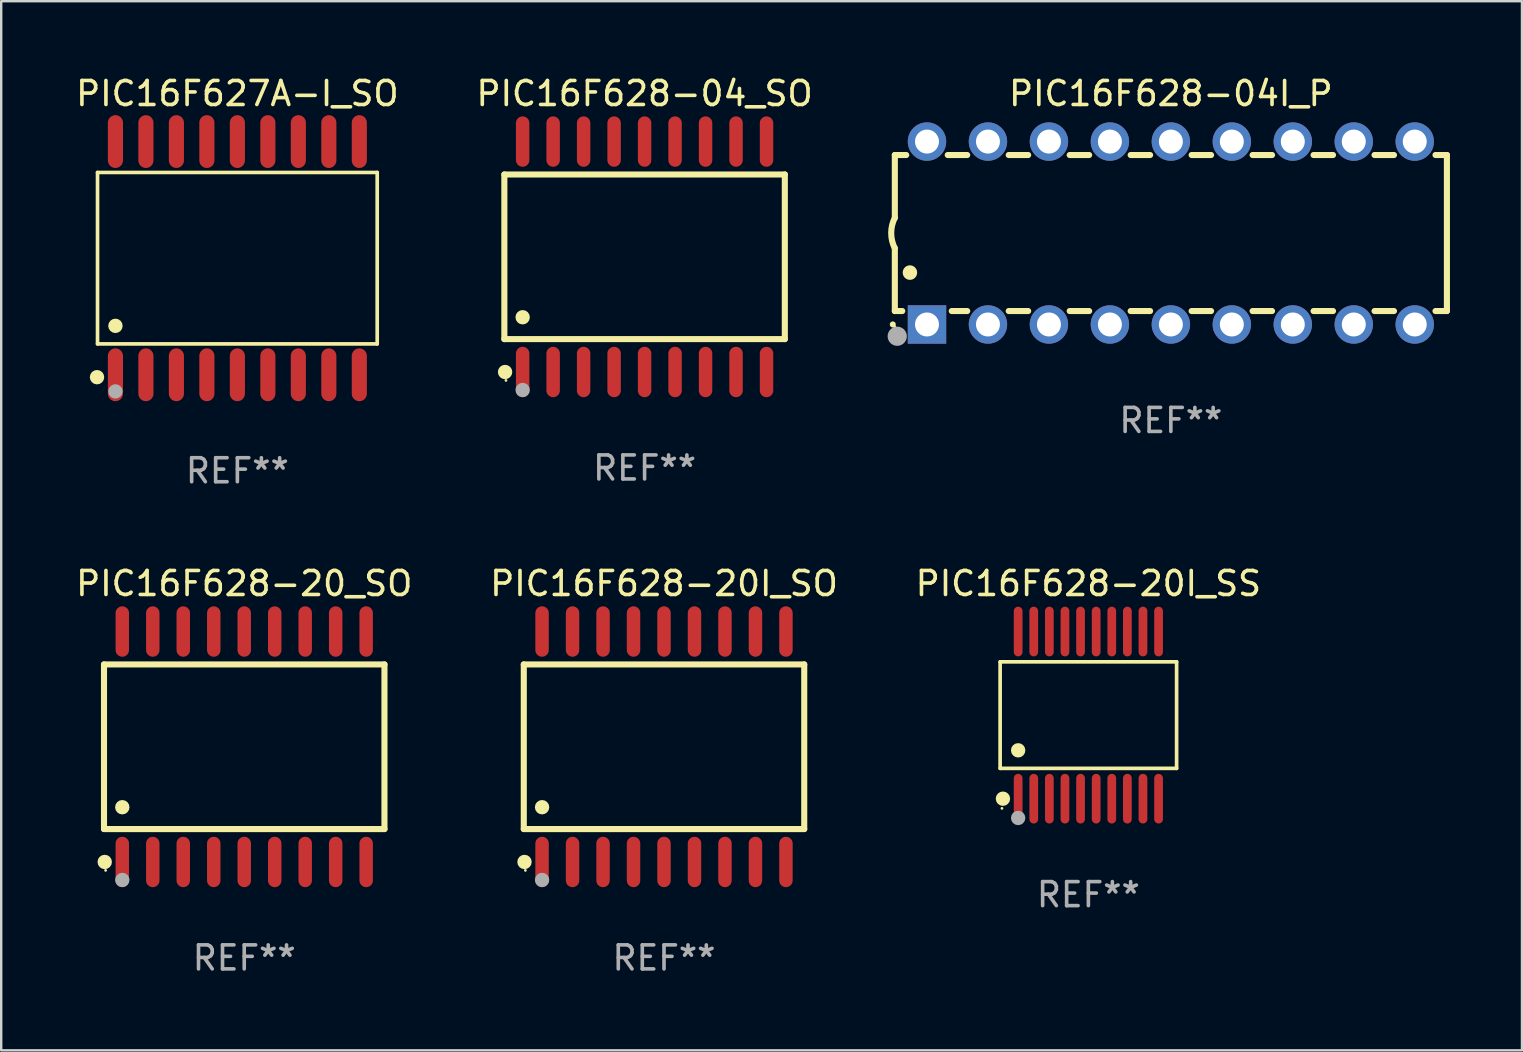
<source format=kicad_pcb>
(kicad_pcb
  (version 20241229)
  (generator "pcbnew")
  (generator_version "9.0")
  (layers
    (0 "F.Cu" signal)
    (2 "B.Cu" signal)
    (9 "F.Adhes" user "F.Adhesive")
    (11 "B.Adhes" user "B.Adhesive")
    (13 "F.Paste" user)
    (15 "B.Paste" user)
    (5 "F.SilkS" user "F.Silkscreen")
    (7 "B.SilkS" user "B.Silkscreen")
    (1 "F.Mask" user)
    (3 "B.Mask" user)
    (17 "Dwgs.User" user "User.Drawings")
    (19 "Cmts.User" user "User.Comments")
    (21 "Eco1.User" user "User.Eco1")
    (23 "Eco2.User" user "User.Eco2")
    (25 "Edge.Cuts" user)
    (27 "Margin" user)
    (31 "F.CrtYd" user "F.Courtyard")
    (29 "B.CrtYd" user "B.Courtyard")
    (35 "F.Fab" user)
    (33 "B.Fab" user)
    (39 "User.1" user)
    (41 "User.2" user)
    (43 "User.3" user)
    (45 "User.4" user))
  (footprint "PIC16F628-04_SO"
    (layer "F.Cu")
    (at 23.804 7.648)
    (property "Reference" "PIC16F628-04_SO" (at 0 -6.8 0) (layer "F.SilkS") (effects (font (size 1 1) (thickness 0.15))))
    (attr through_hole)
    (fp_line (start -5.842 -3.429) (end -5.842 3.429) (stroke (width 0.254) (type solid)) (layer "F.SilkS"))
    (fp_line (start -5.842 3.429) (end 5.842 3.429) (stroke (width 0.254) (type solid)) (layer "F.SilkS"))
    (fp_line (start 5.842 -3.429) (end -5.842 -3.429) (stroke (width 0.254) (type solid)) (layer "F.SilkS"))
    (fp_line (start 5.842 3.429) (end 5.842 -3.429) (stroke (width 0.254) (type solid)) (layer "F.SilkS"))
    (fp_circle (center -5.812 4.8) (end -5.662 4.8) (stroke (width 0.3) (type solid)) (fill no) (layer "F.SilkS"))
    (fp_circle (center -5.775 5.15) (end -5.745 5.15) (stroke (width 0.06) (type solid)) (fill no) (layer "F.SilkS"))
    (fp_circle (center -5.08 2.519) (end -4.93 2.519) (stroke (width 0.3) (type solid)) (fill no) (layer "F.SilkS"))
    (fp_circle (center -5.08 5.55) (end -4.93 5.55) (stroke (width 0.3) (type solid)) (fill no) (layer "F.Fab"))
    (fp_text user "REF**" (at 0 8.8 0) (layer "F.Fab") (effects (font (size 1 1) (thickness 0.15))))
    (pad "1" smd oval (at -5.08 4.8) (size 0.56 2.1) (layers "F.Cu" "F.Mask" "F.Paste"))
    (pad "2" smd oval (at -3.81 4.8) (size 0.56 2.1) (layers "F.Cu" "F.Mask" "F.Paste"))
    (pad "3" smd oval (at -2.54 4.8) (size 0.56 2.1) (layers "F.Cu" "F.Mask" "F.Paste"))
    (pad "4" smd oval (at -1.27 4.8) (size 0.56 2.1) (layers "F.Cu" "F.Mask" "F.Paste"))
    (pad "5" smd oval (at 0 4.8) (size 0.56 2.1) (layers "F.Cu" "F.Mask" "F.Paste"))
    (pad "6" smd oval (at 1.27 4.8) (size 0.56 2.1) (layers "F.Cu" "F.Mask" "F.Paste"))
    (pad "7" smd oval (at 2.54 4.8) (size 0.56 2.1) (layers "F.Cu" "F.Mask" "F.Paste"))
    (pad "8" smd oval (at 3.81 4.8) (size 0.56 2.1) (layers "F.Cu" "F.Mask" "F.Paste"))
    (pad "9" smd oval (at 5.08 4.8) (size 0.56 2.1) (layers "F.Cu" "F.Mask" "F.Paste"))
    (pad "10" smd oval (at 5.08 -4.8) (size 0.56 2.1) (layers "F.Cu" "F.Mask" "F.Paste"))
    (pad "11" smd oval (at 3.81 -4.8) (size 0.56 2.1) (layers "F.Cu" "F.Mask" "F.Paste"))
    (pad "12" smd oval (at 2.54 -4.8) (size 0.56 2.1) (layers "F.Cu" "F.Mask" "F.Paste"))
    (pad "13" smd oval (at 1.27 -4.8) (size 0.56 2.1) (layers "F.Cu" "F.Mask" "F.Paste"))
    (pad "14" smd oval (at 0 -4.8) (size 0.56 2.1) (layers "F.Cu" "F.Mask" "F.Paste"))
    (pad "15" smd oval (at -1.27 -4.8) (size 0.56 2.1) (layers "F.Cu" "F.Mask" "F.Paste"))
    (pad "16" smd oval (at -2.54 -4.8) (size 0.56 2.1) (layers "F.Cu" "F.Mask" "F.Paste"))
    (pad "17" smd oval (at -3.81 -4.8) (size 0.56 2.1) (layers "F.Cu" "F.Mask" "F.Paste"))
    (pad "18" smd oval (at -5.08 -4.8) (size 0.56 2.1) (layers "F.Cu" "F.Mask" "F.Paste")))
  (footprint "PIC16F628-20I_SO"
    (layer "F.Cu")
    (at 24.613 28.06)
    (property "Reference" "PIC16F628-20I_SO" (at 0 -6.8 0) (layer "F.SilkS") (effects (font (size 1 1) (thickness 0.15))))
    (attr through_hole)
    (fp_line (start -5.842 -3.429) (end -5.842 3.429) (stroke (width 0.254) (type solid)) (layer "F.SilkS"))
    (fp_line (start -5.842 3.429) (end 5.842 3.429) (stroke (width 0.254) (type solid)) (layer "F.SilkS"))
    (fp_line (start 5.842 -3.429) (end -5.842 -3.429) (stroke (width 0.254) (type solid)) (layer "F.SilkS"))
    (fp_line (start 5.842 3.429) (end 5.842 -3.429) (stroke (width 0.254) (type solid)) (layer "F.SilkS"))
    (fp_circle (center -5.812 4.8) (end -5.662 4.8) (stroke (width 0.3) (type solid)) (fill no) (layer "F.SilkS"))
    (fp_circle (center -5.775 5.15) (end -5.745 5.15) (stroke (width 0.06) (type solid)) (fill no) (layer "F.SilkS"))
    (fp_circle (center -5.08 2.519) (end -4.93 2.519) (stroke (width 0.3) (type solid)) (fill no) (layer "F.SilkS"))
    (fp_circle (center -5.08 5.55) (end -4.93 5.55) (stroke (width 0.3) (type solid)) (fill no) (layer "F.Fab"))
    (fp_text user "REF**" (at 0 8.8 0) (layer "F.Fab") (effects (font (size 1 1) (thickness 0.15))))
    (pad "1" smd oval (at -5.08 4.8) (size 0.56 2.1) (layers "F.Cu" "F.Mask" "F.Paste"))
    (pad "2" smd oval (at -3.81 4.8) (size 0.56 2.1) (layers "F.Cu" "F.Mask" "F.Paste"))
    (pad "3" smd oval (at -2.54 4.8) (size 0.56 2.1) (layers "F.Cu" "F.Mask" "F.Paste"))
    (pad "4" smd oval (at -1.27 4.8) (size 0.56 2.1) (layers "F.Cu" "F.Mask" "F.Paste"))
    (pad "5" smd oval (at 0 4.8) (size 0.56 2.1) (layers "F.Cu" "F.Mask" "F.Paste"))
    (pad "6" smd oval (at 1.27 4.8) (size 0.56 2.1) (layers "F.Cu" "F.Mask" "F.Paste"))
    (pad "7" smd oval (at 2.54 4.8) (size 0.56 2.1) (layers "F.Cu" "F.Mask" "F.Paste"))
    (pad "8" smd oval (at 3.81 4.8) (size 0.56 2.1) (layers "F.Cu" "F.Mask" "F.Paste"))
    (pad "9" smd oval (at 5.08 4.8) (size 0.56 2.1) (layers "F.Cu" "F.Mask" "F.Paste"))
    (pad "10" smd oval (at 5.08 -4.8) (size 0.56 2.1) (layers "F.Cu" "F.Mask" "F.Paste"))
    (pad "11" smd oval (at 3.81 -4.8) (size 0.56 2.1) (layers "F.Cu" "F.Mask" "F.Paste"))
    (pad "12" smd oval (at 2.54 -4.8) (size 0.56 2.1) (layers "F.Cu" "F.Mask" "F.Paste"))
    (pad "13" smd oval (at 1.27 -4.8) (size 0.56 2.1) (layers "F.Cu" "F.Mask" "F.Paste"))
    (pad "14" smd oval (at 0 -4.8) (size 0.56 2.1) (layers "F.Cu" "F.Mask" "F.Paste"))
    (pad "15" smd oval (at -1.27 -4.8) (size 0.56 2.1) (layers "F.Cu" "F.Mask" "F.Paste"))
    (pad "16" smd oval (at -2.54 -4.8) (size 0.56 2.1) (layers "F.Cu" "F.Mask" "F.Paste"))
    (pad "17" smd oval (at -3.81 -4.8) (size 0.56 2.1) (layers "F.Cu" "F.Mask" "F.Paste"))
    (pad "18" smd oval (at -5.08 -4.8) (size 0.56 2.1) (layers "F.Cu" "F.Mask" "F.Paste")))
  (footprint "PIC16F627A-I_SO"
    (layer "F.Cu")
    (at 6.839 7.706)
    (property "Reference" "PIC16F627A-I_SO" (at 0 -6.858 0) (layer "F.SilkS") (effects (font (size 1 1) (thickness 0.15))))
    (attr through_hole)
    (fp_line (start -5.826 -3.571) (end 5.826 -3.571) (stroke (width 0.152) (type solid)) (layer "F.SilkS"))
    (fp_line (start -5.826 3.571) (end -5.826 -3.571) (stroke (width 0.152) (type solid)) (layer "F.SilkS"))
    (fp_line (start 5.826 -3.571) (end 5.826 3.571) (stroke (width 0.152) (type solid)) (layer "F.SilkS"))
    (fp_line (start 5.826 3.571) (end -5.826 3.571) (stroke (width 0.152) (type solid)) (layer "F.SilkS"))
    (fp_circle (center -5.847 4.958) (end -5.697 4.958) (stroke (width 0.3) (type solid)) (fill no) (layer "F.SilkS"))
    (fp_circle (center -5.75 5.15) (end -5.72 5.15) (stroke (width 0.06) (type solid)) (fill no) (layer "F.SilkS"))
    (fp_circle (center -5.08 2.819) (end -4.93 2.819) (stroke (width 0.3) (type solid)) (fill no) (layer "F.SilkS"))
    (fp_circle (center -5.08 5.55) (end -4.93 5.55) (stroke (width 0.3) (type solid)) (fill no) (layer "F.Fab"))
    (fp_text user "REF**" (at 0 8.858 0) (layer "F.Fab") (effects (font (size 1 1) (thickness 0.15))))
    (pad "1" smd oval (at -5.08 4.858) (size 0.63 2.2) (layers "F.Cu" "F.Mask" "F.Paste"))
    (pad "2" smd oval (at -3.81 4.858) (size 0.63 2.2) (layers "F.Cu" "F.Mask" "F.Paste"))
    (pad "3" smd oval (at -2.54 4.858) (size 0.63 2.2) (layers "F.Cu" "F.Mask" "F.Paste"))
    (pad "4" smd oval (at -1.27 4.858) (size 0.63 2.2) (layers "F.Cu" "F.Mask" "F.Paste"))
    (pad "5" smd oval (at 0 4.858) (size 0.63 2.2) (layers "F.Cu" "F.Mask" "F.Paste"))
    (pad "6" smd oval (at 1.27 4.858) (size 0.63 2.2) (layers "F.Cu" "F.Mask" "F.Paste"))
    (pad "7" smd oval (at 2.54 4.858) (size 0.63 2.2) (layers "F.Cu" "F.Mask" "F.Paste"))
    (pad "8" smd oval (at 3.81 4.858) (size 0.63 2.2) (layers "F.Cu" "F.Mask" "F.Paste"))
    (pad "9" smd oval (at 5.08 4.858) (size 0.63 2.2) (layers "F.Cu" "F.Mask" "F.Paste"))
    (pad "10" smd oval (at 5.08 -4.858) (size 0.63 2.2) (layers "F.Cu" "F.Mask" "F.Paste"))
    (pad "11" smd oval (at 3.81 -4.858) (size 0.63 2.2) (layers "F.Cu" "F.Mask" "F.Paste"))
    (pad "12" smd oval (at 2.54 -4.858) (size 0.63 2.2) (layers "F.Cu" "F.Mask" "F.Paste"))
    (pad "13" smd oval (at 1.27 -4.858) (size 0.63 2.2) (layers "F.Cu" "F.Mask" "F.Paste"))
    (pad "14" smd oval (at 0 -4.858) (size 0.63 2.2) (layers "F.Cu" "F.Mask" "F.Paste"))
    (pad "15" smd oval (at -1.27 -4.858) (size 0.63 2.2) (layers "F.Cu" "F.Mask" "F.Paste"))
    (pad "16" smd oval (at -2.54 -4.858) (size 0.63 2.2) (layers "F.Cu" "F.Mask" "F.Paste"))
    (pad "17" smd oval (at -3.81 -4.858) (size 0.63 2.2) (layers "F.Cu" "F.Mask" "F.Paste"))
    (pad "18" smd oval (at -5.08 -4.858) (size 0.63 2.2) (layers "F.Cu" "F.Mask" "F.Paste")))
  (footprint "PIC16F628-20_SO"
    (layer "F.Cu")
    (at 7.125 28.06)
    (property "Reference" "PIC16F628-20_SO" (at 0 -6.8 0) (layer "F.SilkS") (effects (font (size 1 1) (thickness 0.15))))
    (attr through_hole)
    (fp_line (start -5.842 -3.429) (end -5.842 3.429) (stroke (width 0.254) (type solid)) (layer "F.SilkS"))
    (fp_line (start -5.842 3.429) (end 5.842 3.429) (stroke (width 0.254) (type solid)) (layer "F.SilkS"))
    (fp_line (start 5.842 -3.429) (end -5.842 -3.429) (stroke (width 0.254) (type solid)) (layer "F.SilkS"))
    (fp_line (start 5.842 3.429) (end 5.842 -3.429) (stroke (width 0.254) (type solid)) (layer "F.SilkS"))
    (fp_circle (center -5.812 4.8) (end -5.662 4.8) (stroke (width 0.3) (type solid)) (fill no) (layer "F.SilkS"))
    (fp_circle (center -5.775 5.15) (end -5.745 5.15) (stroke (width 0.06) (type solid)) (fill no) (layer "F.SilkS"))
    (fp_circle (center -5.08 2.519) (end -4.93 2.519) (stroke (width 0.3) (type solid)) (fill no) (layer "F.SilkS"))
    (fp_circle (center -5.08 5.55) (end -4.93 5.55) (stroke (width 0.3) (type solid)) (fill no) (layer "F.Fab"))
    (fp_text user "REF**" (at 0 8.8 0) (layer "F.Fab") (effects (font (size 1 1) (thickness 0.15))))
    (pad "1" smd oval (at -5.08 4.8) (size 0.56 2.1) (layers "F.Cu" "F.Mask" "F.Paste"))
    (pad "2" smd oval (at -3.81 4.8) (size 0.56 2.1) (layers "F.Cu" "F.Mask" "F.Paste"))
    (pad "3" smd oval (at -2.54 4.8) (size 0.56 2.1) (layers "F.Cu" "F.Mask" "F.Paste"))
    (pad "4" smd oval (at -1.27 4.8) (size 0.56 2.1) (layers "F.Cu" "F.Mask" "F.Paste"))
    (pad "5" smd oval (at 0 4.8) (size 0.56 2.1) (layers "F.Cu" "F.Mask" "F.Paste"))
    (pad "6" smd oval (at 1.27 4.8) (size 0.56 2.1) (layers "F.Cu" "F.Mask" "F.Paste"))
    (pad "7" smd oval (at 2.54 4.8) (size 0.56 2.1) (layers "F.Cu" "F.Mask" "F.Paste"))
    (pad "8" smd oval (at 3.81 4.8) (size 0.56 2.1) (layers "F.Cu" "F.Mask" "F.Paste"))
    (pad "9" smd oval (at 5.08 4.8) (size 0.56 2.1) (layers "F.Cu" "F.Mask" "F.Paste"))
    (pad "10" smd oval (at 5.08 -4.8) (size 0.56 2.1) (layers "F.Cu" "F.Mask" "F.Paste"))
    (pad "11" smd oval (at 3.81 -4.8) (size 0.56 2.1) (layers "F.Cu" "F.Mask" "F.Paste"))
    (pad "12" smd oval (at 2.54 -4.8) (size 0.56 2.1) (layers "F.Cu" "F.Mask" "F.Paste"))
    (pad "13" smd oval (at 1.27 -4.8) (size 0.56 2.1) (layers "F.Cu" "F.Mask" "F.Paste"))
    (pad "14" smd oval (at 0 -4.8) (size 0.56 2.1) (layers "F.Cu" "F.Mask" "F.Paste"))
    (pad "15" smd oval (at -1.27 -4.8) (size 0.56 2.1) (layers "F.Cu" "F.Mask" "F.Paste"))
    (pad "16" smd oval (at -2.54 -4.8) (size 0.56 2.1) (layers "F.Cu" "F.Mask" "F.Paste"))
    (pad "17" smd oval (at -3.81 -4.8) (size 0.56 2.1) (layers "F.Cu" "F.Mask" "F.Paste"))
    (pad "18" smd oval (at -5.08 -4.8) (size 0.56 2.1) (layers "F.Cu" "F.Mask" "F.Paste")))
  (footprint "PIC16F628-20I_SS"
    (layer "F.Cu")
    (at 42.292 26.742)
    (property "Reference" "PIC16F628-20I_SS" (at 0 -5.482 0) (layer "F.SilkS") (effects (font (size 1 1) (thickness 0.15))))
    (attr through_hole)
    (fp_line (start -3.676 -2.219) (end 3.676 -2.219) (stroke (width 0.152) (type solid)) (layer "F.SilkS"))
    (fp_line (start -3.676 2.219) (end -3.676 -2.219) (stroke (width 0.152) (type solid)) (layer "F.SilkS"))
    (fp_line (start 3.676 -2.219) (end 3.676 2.219) (stroke (width 0.152) (type solid)) (layer "F.SilkS"))
    (fp_line (start 3.676 2.219) (end -3.676 2.219) (stroke (width 0.152) (type solid)) (layer "F.SilkS"))
    (fp_circle (center -3.6 3.885) (end -3.57 3.885) (stroke (width 0.06) (type solid)) (fill no) (layer "F.SilkS"))
    (fp_circle (center -3.559 3.482) (end -3.409 3.482) (stroke (width 0.3) (type solid)) (fill no) (layer "F.SilkS"))
    (fp_circle (center -2.925 1.467) (end -2.775 1.467) (stroke (width 0.3) (type solid)) (fill no) (layer "F.SilkS"))
    (fp_circle (center -2.925 4.285) (end -2.775 4.285) (stroke (width 0.3) (type solid)) (fill no) (layer "F.Fab"))
    (fp_text user "REF**" (at 0 7.482 0) (layer "F.Fab") (effects (font (size 1 1) (thickness 0.15))))
    (pad "1" smd oval (at -2.925 3.482) (size 0.364 2.069) (layers "F.Cu" "F.Mask" "F.Paste"))
    (pad "2" smd oval (at -2.275 3.482) (size 0.364 2.069) (layers "F.Cu" "F.Mask" "F.Paste"))
    (pad "3" smd oval (at -1.625 3.482) (size 0.364 2.069) (layers "F.Cu" "F.Mask" "F.Paste"))
    (pad "4" smd oval (at -0.975 3.482) (size 0.364 2.069) (layers "F.Cu" "F.Mask" "F.Paste"))
    (pad "5" smd oval (at -0.325 3.482) (size 0.364 2.069) (layers "F.Cu" "F.Mask" "F.Paste"))
    (pad "6" smd oval (at 0.325 3.482) (size 0.364 2.069) (layers "F.Cu" "F.Mask" "F.Paste"))
    (pad "7" smd oval (at 0.975 3.482) (size 0.364 2.069) (layers "F.Cu" "F.Mask" "F.Paste"))
    (pad "8" smd oval (at 1.625 3.482) (size 0.364 2.069) (layers "F.Cu" "F.Mask" "F.Paste"))
    (pad "9" smd oval (at 2.275 3.482) (size 0.364 2.069) (layers "F.Cu" "F.Mask" "F.Paste"))
    (pad "10" smd oval (at 2.925 3.482) (size 0.364 2.069) (layers "F.Cu" "F.Mask" "F.Paste"))
    (pad "11" smd oval (at 2.925 -3.482) (size 0.364 2.069) (layers "F.Cu" "F.Mask" "F.Paste"))
    (pad "12" smd oval (at 2.275 -3.482) (size 0.364 2.069) (layers "F.Cu" "F.Mask" "F.Paste"))
    (pad "13" smd oval (at 1.625 -3.482) (size 0.364 2.069) (layers "F.Cu" "F.Mask" "F.Paste"))
    (pad "14" smd oval (at 0.975 -3.482) (size 0.364 2.069) (layers "F.Cu" "F.Mask" "F.Paste"))
    (pad "15" smd oval (at 0.325 -3.482) (size 0.364 2.069) (layers "F.Cu" "F.Mask" "F.Paste"))
    (pad "16" smd oval (at -0.325 -3.482) (size 0.364 2.069) (layers "F.Cu" "F.Mask" "F.Paste"))
    (pad "17" smd oval (at -0.975 -3.482) (size 0.364 2.069) (layers "F.Cu" "F.Mask" "F.Paste"))
    (pad "18" smd oval (at -1.625 -3.482) (size 0.364 2.069) (layers "F.Cu" "F.Mask" "F.Paste"))
    (pad "19" smd oval (at -2.275 -3.482) (size 0.364 2.069) (layers "F.Cu" "F.Mask" "F.Paste"))
    (pad "20" smd oval (at -2.925 -3.482) (size 0.364 2.069) (layers "F.Cu" "F.Mask" "F.Paste")))
  (footprint "PIC16F628-04I_P"
    (layer "F.Cu")
    (at 45.729 6.658)
    (property "Reference" "PIC16F628-04I_P" (at 0 -5.81 0) (layer "F.SilkS") (effects (font (size 1 1) (thickness 0.15))))
    (attr through_hole)
    (fp_line (start -11.5 -3.25) (end -11.5 -0.635) (stroke (width 0.254) (type solid)) (layer "F.SilkS"))
    (fp_line (start -11.5 3.25) (end -11.5 0.635) (stroke (width 0.254) (type solid)) (layer "F.SilkS"))
    (fp_line (start -11.5 3.25) (end -11.191 3.25) (stroke (width 0.254) (type solid)) (layer "F.SilkS"))
    (fp_line (start -11.025 -3.25) (end -11.5 -3.25) (stroke (width 0.254) (type solid)) (layer "F.SilkS"))
    (fp_line (start -9.129 3.25) (end -8.485 3.25) (stroke (width 0.254) (type solid)) (layer "F.SilkS"))
    (fp_line (start -8.485 -3.25) (end -9.295 -3.25) (stroke (width 0.254) (type solid)) (layer "F.SilkS"))
    (fp_line (start -6.755 3.25) (end -5.945 3.25) (stroke (width 0.254) (type solid)) (layer "F.SilkS"))
    (fp_line (start -5.945 -3.25) (end -6.755 -3.25) (stroke (width 0.254) (type solid)) (layer "F.SilkS"))
    (fp_line (start -4.215 3.25) (end -3.405 3.25) (stroke (width 0.254) (type solid)) (layer "F.SilkS"))
    (fp_line (start -3.405 -3.25) (end -4.215 -3.25) (stroke (width 0.254) (type solid)) (layer "F.SilkS"))
    (fp_line (start -1.675 3.25) (end -0.865 3.25) (stroke (width 0.254) (type solid)) (layer "F.SilkS"))
    (fp_line (start -0.865 -3.25) (end -1.675 -3.25) (stroke (width 0.254) (type solid)) (layer "F.SilkS"))
    (fp_line (start 0.865 3.25) (end 1.675 3.25) (stroke (width 0.254) (type solid)) (layer "F.SilkS"))
    (fp_line (start 1.675 -3.25) (end 0.865 -3.25) (stroke (width 0.254) (type solid)) (layer "F.SilkS"))
    (fp_line (start 3.405 3.25) (end 4.215 3.25) (stroke (width 0.254) (type solid)) (layer "F.SilkS"))
    (fp_line (start 4.215 -3.25) (end 3.405 -3.25) (stroke (width 0.254) (type solid)) (layer "F.SilkS"))
    (fp_line (start 5.945 3.25) (end 6.755 3.25) (stroke (width 0.254) (type solid)) (layer "F.SilkS"))
    (fp_line (start 6.755 -3.25) (end 5.945 -3.25) (stroke (width 0.254) (type solid)) (layer "F.SilkS"))
    (fp_line (start 8.485 3.25) (end 9.295 3.25) (stroke (width 0.254) (type solid)) (layer "F.SilkS"))
    (fp_line (start 9.295 -3.25) (end 8.485 -3.25) (stroke (width 0.254) (type solid)) (layer "F.SilkS"))
    (fp_line (start 11.025 3.25) (end 11.5 3.25) (stroke (width 0.254) (type solid)) (layer "F.SilkS"))
    (fp_line (start 11.5 -3.25) (end 11.025 -3.25) (stroke (width 0.254) (type solid)) (layer "F.SilkS"))
    (fp_line (start 11.5 -3.25) (end 11.5 3.25) (stroke (width 0.254) (type solid)) (layer "F.SilkS"))
    (fp_arc (start -11.584963 3.810008) (mid -11.58497 3.808738) (end -11.584963 3.807468) (stroke (width 0.25) (type solid)) (layer "F.SilkS"))
    (fp_arc (start -11.501143 0.635001) (mid -11.650665 -0.000132) (end -11.500025 -0.635001) (stroke (width 0.254001) (type solid)) (layer "F.SilkS"))
    (fp_arc (start -10.871222 1.651003) (mid -10.871233 1.648463) (end -10.871222 1.645923) (stroke (width 0.6) (type solid)) (layer "F.SilkS"))
    (fp_circle (center -11.5 3.91) (end -11.47 3.91) (stroke (width 0.06) (type solid)) (fill no) (layer "F.SilkS"))
    (fp_circle (center -11.4 4.3) (end -11.2 4.3) (stroke (width 0.4) (type solid)) (fill no) (layer "F.Fab"))
    (fp_text user "REF**" (at 0 7.81 0) (layer "F.Fab") (effects (font (size 1 1) (thickness 0.15))))
    (pad "1" thru_hole rect (at -10.16 3.81 90) (size 1.6 1.6) (drill 1) (layers "*.Cu" "*.Mask"))
    (pad "2" thru_hole circle (at -7.62 3.81 90) (size 1.6 1.6) (drill 1) (layers "*.Cu" "*.Mask"))
    (pad "3" thru_hole circle (at -5.08 3.81 90) (size 1.6 1.6) (drill 1) (layers "*.Cu" "*.Mask"))
    (pad "4" thru_hole circle (at -2.54 3.81 90) (size 1.6 1.6) (drill 1) (layers "*.Cu" "*.Mask"))
    (pad "5" thru_hole circle (at 0 3.81 90) (size 1.6 1.6) (drill 1) (layers "*.Cu" "*.Mask"))
    (pad "6" thru_hole circle (at 2.54 3.81 90) (size 1.6 1.6) (drill 1) (layers "*.Cu" "*.Mask"))
    (pad "7" thru_hole circle (at 5.08 3.81 90) (size 1.6 1.6) (drill 1) (layers "*.Cu" "*.Mask"))
    (pad "8" thru_hole circle (at 7.62 3.81 90) (size 1.6 1.6) (drill 1) (layers "*.Cu" "*.Mask"))
    (pad "9" thru_hole circle (at 10.16 3.81 90) (size 1.6 1.6) (drill 1) (layers "*.Cu" "*.Mask"))
    (pad "10" thru_hole circle (at 10.16 -3.81 90) (size 1.6 1.6) (drill 1) (layers "*.Cu" "*.Mask"))
    (pad "11" thru_hole circle (at 7.62 -3.81 90) (size 1.6 1.6) (drill 1) (layers "*.Cu" "*.Mask"))
    (pad "12" thru_hole circle (at 5.08 -3.81 90) (size 1.6 1.6) (drill 1) (layers "*.Cu" "*.Mask"))
    (pad "13" thru_hole circle (at 2.54 -3.81 90) (size 1.6 1.6) (drill 1) (layers "*.Cu" "*.Mask"))
    (pad "14" thru_hole circle (at 0 -3.81 90) (size 1.6 1.6) (drill 1) (layers "*.Cu" "*.Mask"))
    (pad "15" thru_hole circle (at -2.54 -3.81 90) (size 1.6 1.6) (drill 1) (layers "*.Cu" "*.Mask"))
    (pad "16" thru_hole circle (at -5.08 -3.81 90) (size 1.6 1.6) (drill 1) (layers "*.Cu" "*.Mask"))
    (pad "17" thru_hole circle (at -7.62 -3.81 90) (size 1.6 1.6) (drill 1) (layers "*.Cu" "*.Mask"))
    (pad "18" thru_hole circle (at -10.16 -3.81 90) (size 1.6 1.6) (drill 1) (layers "*.Cu" "*.Mask")))
  (gr_rect
    (start -3 -3)
    (end 60.356 40.708)
    (stroke (width 0.1) (type default))
    (fill no)
    (layer "Edge.Cuts")))
</source>
